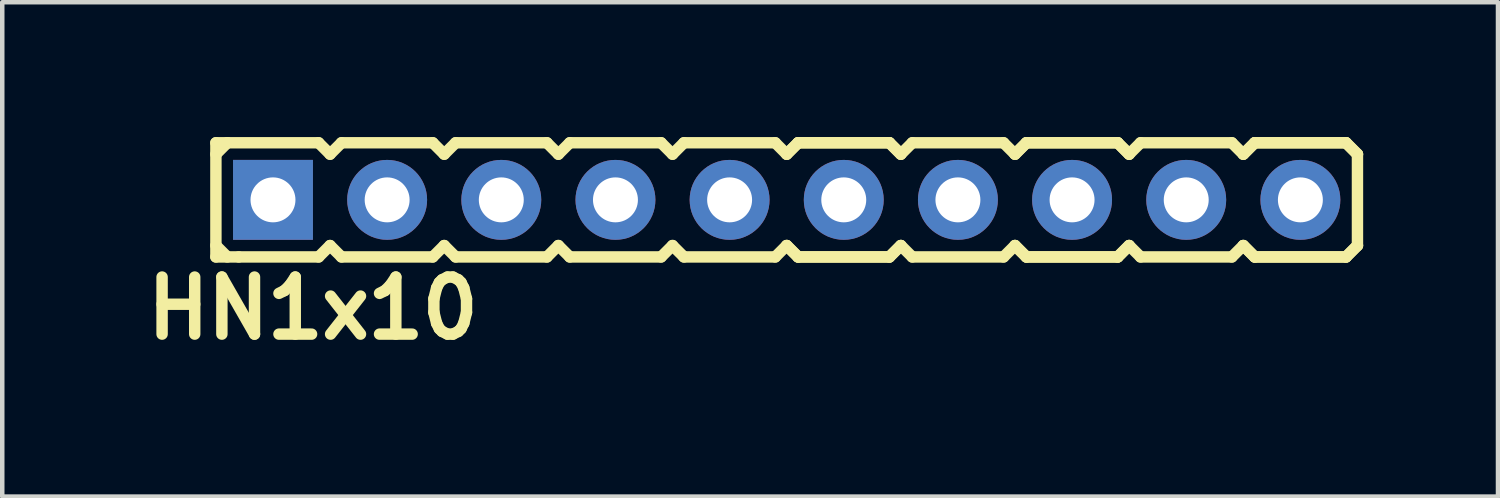
<source format=kicad_pcb>
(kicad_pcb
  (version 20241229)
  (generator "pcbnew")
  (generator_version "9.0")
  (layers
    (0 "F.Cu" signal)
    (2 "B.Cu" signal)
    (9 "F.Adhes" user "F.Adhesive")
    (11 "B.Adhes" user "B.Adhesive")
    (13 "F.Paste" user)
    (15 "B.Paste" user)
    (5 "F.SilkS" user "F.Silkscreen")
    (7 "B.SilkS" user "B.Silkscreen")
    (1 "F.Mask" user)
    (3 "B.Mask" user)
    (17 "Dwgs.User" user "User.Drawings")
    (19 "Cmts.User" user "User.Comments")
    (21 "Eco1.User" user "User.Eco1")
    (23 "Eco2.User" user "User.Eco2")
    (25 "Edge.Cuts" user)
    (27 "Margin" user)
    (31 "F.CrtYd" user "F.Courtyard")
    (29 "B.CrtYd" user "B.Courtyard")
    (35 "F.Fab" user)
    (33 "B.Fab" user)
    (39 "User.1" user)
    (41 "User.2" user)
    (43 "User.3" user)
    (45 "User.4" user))
  (footprint "HN1x10"
    (layer "F.Cu")
    (at 14.454 1.397)
    (property "Reference" "HN1x10" (at -10.541 2.413 0) (layer "F.SilkS") (effects (font (size 1.27 1.27) (thickness 0.254))))
    (attr through_hole)
    (fp_line (start -12.7 -1.27) (end -12.7 1.27) (stroke (width 0.254) (type solid)) (layer "F.SilkS"))
    (fp_line (start -12.7 -1.27) (end -12.446 -1.27) (stroke (width 0.254) (type solid)) (layer "F.SilkS"))
    (fp_line (start -12.7 -1.016) (end -12.446 -1.27) (stroke (width 0.254) (type solid)) (layer "F.SilkS"))
    (fp_line (start -12.446 -1.27) (end -10.414 -1.27) (stroke (width 0.254) (type solid)) (layer "F.SilkS"))
    (fp_line (start -12.446 1.27) (end -12.7 1.016) (stroke (width 0.254) (type solid)) (layer "F.SilkS"))
    (fp_line (start -12.192 1.27) (end -12.7 1.27) (stroke (width 0.254) (type solid)) (layer "F.SilkS"))
    (fp_line (start -10.414 -1.27) (end -10.16 -1.016) (stroke (width 0.254) (type solid)) (layer "F.SilkS"))
    (fp_line (start -10.414 1.27) (end -12.192 1.27) (stroke (width 0.254) (type solid)) (layer "F.SilkS"))
    (fp_line (start -10.16 -1.016) (end -9.906 -1.27) (stroke (width 0.254) (type solid)) (layer "F.SilkS"))
    (fp_line (start -10.16 1.016) (end -10.414 1.27) (stroke (width 0.254) (type solid)) (layer "F.SilkS"))
    (fp_line (start -9.906 -1.27) (end -7.874 -1.27) (stroke (width 0.254) (type solid)) (layer "F.SilkS"))
    (fp_line (start -9.906 1.27) (end -10.16 1.016) (stroke (width 0.254) (type solid)) (layer "F.SilkS"))
    (fp_line (start -7.874 -1.27) (end -7.62 -1.016) (stroke (width 0.254) (type solid)) (layer "F.SilkS"))
    (fp_line (start -7.874 1.27) (end -9.906 1.27) (stroke (width 0.254) (type solid)) (layer "F.SilkS"))
    (fp_line (start -7.874 1.27) (end -7.62 1.016) (stroke (width 0.254) (type solid)) (layer "F.SilkS"))
    (fp_line (start -7.62 -1.016) (end -7.366 -1.27) (stroke (width 0.254) (type solid)) (layer "F.SilkS"))
    (fp_line (start -7.62 1.016) (end -7.366 1.27) (stroke (width 0.254) (type solid)) (layer "F.SilkS"))
    (fp_line (start -7.366 -1.27) (end -5.334 -1.27) (stroke (width 0.254) (type solid)) (layer "F.SilkS"))
    (fp_line (start -5.334 -1.27) (end -5.08 -1.016) (stroke (width 0.254) (type solid)) (layer "F.SilkS"))
    (fp_line (start -5.334 1.27) (end -7.366 1.27) (stroke (width 0.254) (type solid)) (layer "F.SilkS"))
    (fp_line (start -5.08 -1.016) (end -4.826 -1.27) (stroke (width 0.254) (type solid)) (layer "F.SilkS"))
    (fp_line (start -5.08 1.016) (end -5.334 1.27) (stroke (width 0.254) (type solid)) (layer "F.SilkS"))
    (fp_line (start -4.826 -1.27) (end -2.794 -1.27) (stroke (width 0.254) (type solid)) (layer "F.SilkS"))
    (fp_line (start -4.826 1.27) (end -5.08 1.016) (stroke (width 0.254) (type solid)) (layer "F.SilkS"))
    (fp_line (start -2.794 -1.27) (end -2.54 -1.016) (stroke (width 0.254) (type solid)) (layer "F.SilkS"))
    (fp_line (start -2.794 1.27) (end -4.826 1.27) (stroke (width 0.254) (type solid)) (layer "F.SilkS"))
    (fp_line (start -2.54 -1.016) (end -2.286 -1.27) (stroke (width 0.254) (type solid)) (layer "F.SilkS"))
    (fp_line (start -2.54 1.016) (end -2.794 1.27) (stroke (width 0.254) (type solid)) (layer "F.SilkS"))
    (fp_line (start -2.286 -1.27) (end -0.254 -1.27) (stroke (width 0.254) (type solid)) (layer "F.SilkS"))
    (fp_line (start -2.286 1.27) (end -2.54 1.016) (stroke (width 0.254) (type solid)) (layer "F.SilkS"))
    (fp_line (start -0.254 -1.27) (end 0 -1.016) (stroke (width 0.254) (type solid)) (layer "F.SilkS"))
    (fp_line (start -0.254 1.27) (end -2.286 1.27) (stroke (width 0.254) (type solid)) (layer "F.SilkS"))
    (fp_line (start 0 -1.016) (end 0.254 -1.27) (stroke (width 0.254) (type solid)) (layer "F.SilkS"))
    (fp_line (start 0 -1.016) (end 0.254 -1.27) (stroke (width 0.254) (type solid)) (layer "F.SilkS"))
    (fp_line (start 0 1.016) (end -0.254 1.27) (stroke (width 0.254) (type solid)) (layer "F.SilkS"))
    (fp_line (start 0.254 -1.27) (end 2.286 -1.27) (stroke (width 0.254) (type solid)) (layer "F.SilkS"))
    (fp_line (start 0.254 -1.27) (end 2.286 -1.27) (stroke (width 0.254) (type solid)) (layer "F.SilkS"))
    (fp_line (start 0.254 1.27) (end 0 1.016) (stroke (width 0.254) (type solid)) (layer "F.SilkS"))
    (fp_line (start 0.254 1.27) (end 0 1.016) (stroke (width 0.254) (type solid)) (layer "F.SilkS"))
    (fp_line (start 2.286 -1.27) (end 2.54 -1.016) (stroke (width 0.254) (type solid)) (layer "F.SilkS"))
    (fp_line (start 2.286 -1.27) (end 2.54 -1.016) (stroke (width 0.254) (type solid)) (layer "F.SilkS"))
    (fp_line (start 2.286 1.27) (end 0.254 1.27) (stroke (width 0.254) (type solid)) (layer "F.SilkS"))
    (fp_line (start 2.286 1.27) (end 0.254 1.27) (stroke (width 0.254) (type solid)) (layer "F.SilkS"))
    (fp_line (start 2.54 -1.016) (end 2.794 -1.27) (stroke (width 0.254) (type solid)) (layer "F.SilkS"))
    (fp_line (start 2.54 1.016) (end 2.286 1.27) (stroke (width 0.254) (type solid)) (layer "F.SilkS"))
    (fp_line (start 2.54 1.016) (end 2.286 1.27) (stroke (width 0.254) (type solid)) (layer "F.SilkS"))
    (fp_line (start 2.794 -1.27) (end 4.826 -1.27) (stroke (width 0.254) (type solid)) (layer "F.SilkS"))
    (fp_line (start 2.794 1.27) (end 2.54 1.016) (stroke (width 0.254) (type solid)) (layer "F.SilkS"))
    (fp_line (start 4.826 -1.27) (end 5.08 -1.016) (stroke (width 0.254) (type solid)) (layer "F.SilkS"))
    (fp_line (start 4.826 1.27) (end 2.794 1.27) (stroke (width 0.254) (type solid)) (layer "F.SilkS"))
    (fp_line (start 5.08 -1.016) (end 5.334 -1.27) (stroke (width 0.254) (type solid)) (layer "F.SilkS"))
    (fp_line (start 5.08 -1.016) (end 5.334 -1.27) (stroke (width 0.254) (type solid)) (layer "F.SilkS"))
    (fp_line (start 5.08 1.016) (end 4.826 1.27) (stroke (width 0.254) (type solid)) (layer "F.SilkS"))
    (fp_line (start 5.334 -1.27) (end 7.366 -1.27) (stroke (width 0.254) (type solid)) (layer "F.SilkS"))
    (fp_line (start 5.334 -1.27) (end 7.366 -1.27) (stroke (width 0.254) (type solid)) (layer "F.SilkS"))
    (fp_line (start 5.334 1.27) (end 5.08 1.016) (stroke (width 0.254) (type solid)) (layer "F.SilkS"))
    (fp_line (start 5.334 1.27) (end 5.08 1.016) (stroke (width 0.254) (type solid)) (layer "F.SilkS"))
    (fp_line (start 7.366 -1.27) (end 7.62 -1.016) (stroke (width 0.254) (type solid)) (layer "F.SilkS"))
    (fp_line (start 7.366 -1.27) (end 7.62 -1.016) (stroke (width 0.254) (type solid)) (layer "F.SilkS"))
    (fp_line (start 7.366 1.27) (end 5.334 1.27) (stroke (width 0.254) (type solid)) (layer "F.SilkS"))
    (fp_line (start 7.366 1.27) (end 5.334 1.27) (stroke (width 0.254) (type solid)) (layer "F.SilkS"))
    (fp_line (start 7.62 -1.016) (end 7.874 -1.27) (stroke (width 0.254) (type solid)) (layer "F.SilkS"))
    (fp_line (start 7.62 1.016) (end 7.366 1.27) (stroke (width 0.254) (type solid)) (layer "F.SilkS"))
    (fp_line (start 7.62 1.016) (end 7.366 1.27) (stroke (width 0.254) (type solid)) (layer "F.SilkS"))
    (fp_line (start 7.874 -1.27) (end 9.906 -1.27) (stroke (width 0.254) (type solid)) (layer "F.SilkS"))
    (fp_line (start 7.874 1.27) (end 7.62 1.016) (stroke (width 0.254) (type solid)) (layer "F.SilkS"))
    (fp_line (start 9.906 -1.27) (end 10.16 -1.016) (stroke (width 0.254) (type solid)) (layer "F.SilkS"))
    (fp_line (start 9.906 1.27) (end 7.874 1.27) (stroke (width 0.254) (type solid)) (layer "F.SilkS"))
    (fp_line (start 10.16 -1.016) (end 10.414 -1.27) (stroke (width 0.254) (type solid)) (layer "F.SilkS"))
    (fp_line (start 10.16 -1.016) (end 10.414 -1.27) (stroke (width 0.254) (type solid)) (layer "F.SilkS"))
    (fp_line (start 10.16 1.016) (end 9.906 1.27) (stroke (width 0.254) (type solid)) (layer "F.SilkS"))
    (fp_line (start 10.414 -1.27) (end 12.446 -1.27) (stroke (width 0.254) (type solid)) (layer "F.SilkS"))
    (fp_line (start 10.414 -1.27) (end 12.446 -1.27) (stroke (width 0.254) (type solid)) (layer "F.SilkS"))
    (fp_line (start 10.414 1.27) (end 10.16 1.016) (stroke (width 0.254) (type solid)) (layer "F.SilkS"))
    (fp_line (start 10.414 1.27) (end 10.16 1.016) (stroke (width 0.254) (type solid)) (layer "F.SilkS"))
    (fp_line (start 12.446 -1.27) (end 12.7 -1.016) (stroke (width 0.254) (type solid)) (layer "F.SilkS"))
    (fp_line (start 12.446 -1.27) (end 12.7 -1.016) (stroke (width 0.254) (type solid)) (layer "F.SilkS"))
    (fp_line (start 12.446 1.27) (end 10.414 1.27) (stroke (width 0.254) (type solid)) (layer "F.SilkS"))
    (fp_line (start 12.446 1.27) (end 10.414 1.27) (stroke (width 0.254) (type solid)) (layer "F.SilkS"))
    (fp_line (start 12.7 -1.016) (end 12.7 1.016) (stroke (width 0.254) (type solid)) (layer "F.SilkS"))
    (fp_line (start 12.7 1.016) (end 12.446 1.27) (stroke (width 0.254) (type solid)) (layer "F.SilkS"))
    (fp_line (start 12.7 1.016) (end 12.446 1.27) (stroke (width 0.254) (type solid)) (layer "F.SilkS"))
    (pad "1" thru_hole rect (at -11.43 0) (size 1.778 1.778) (drill 1) (layers "*.Cu" "*.Mask"))
    (pad "2" thru_hole circle (at -8.89 0) (size 1.778 1.778) (drill 1) (layers "*.Cu" "*.Mask"))
    (pad "3" thru_hole circle (at -6.35 0) (size 1.778 1.778) (drill 1) (layers "*.Cu" "*.Mask"))
    (pad "4" thru_hole circle (at -3.81 0) (size 1.778 1.778) (drill 1) (layers "*.Cu" "*.Mask"))
    (pad "5" thru_hole circle (at -1.27 0) (size 1.778 1.778) (drill 1) (layers "*.Cu" "*.Mask"))
    (pad "6" thru_hole circle (at 1.27 0) (size 1.778 1.778) (drill 1) (layers "*.Cu" "*.Mask"))
    (pad "7" thru_hole circle (at 3.81 0) (size 1.778 1.778) (drill 1) (layers "*.Cu" "*.Mask"))
    (pad "8" thru_hole circle (at 6.35 0) (size 1.778 1.778) (drill 1) (layers "*.Cu" "*.Mask"))
    (pad "9" thru_hole circle (at 8.89 0) (size 1.778 1.778) (drill 1) (layers "*.Cu" "*.Mask"))
    (pad "10" thru_hole circle (at 11.43 0) (size 1.778 1.778) (drill 1) (layers "*.Cu" "*.Mask")))
  (gr_rect
    (start -3 -3)
    (end 30.281 7.999)
    (stroke (width 0.1) (type default))
    (fill no)
    (layer "Edge.Cuts")))
</source>
